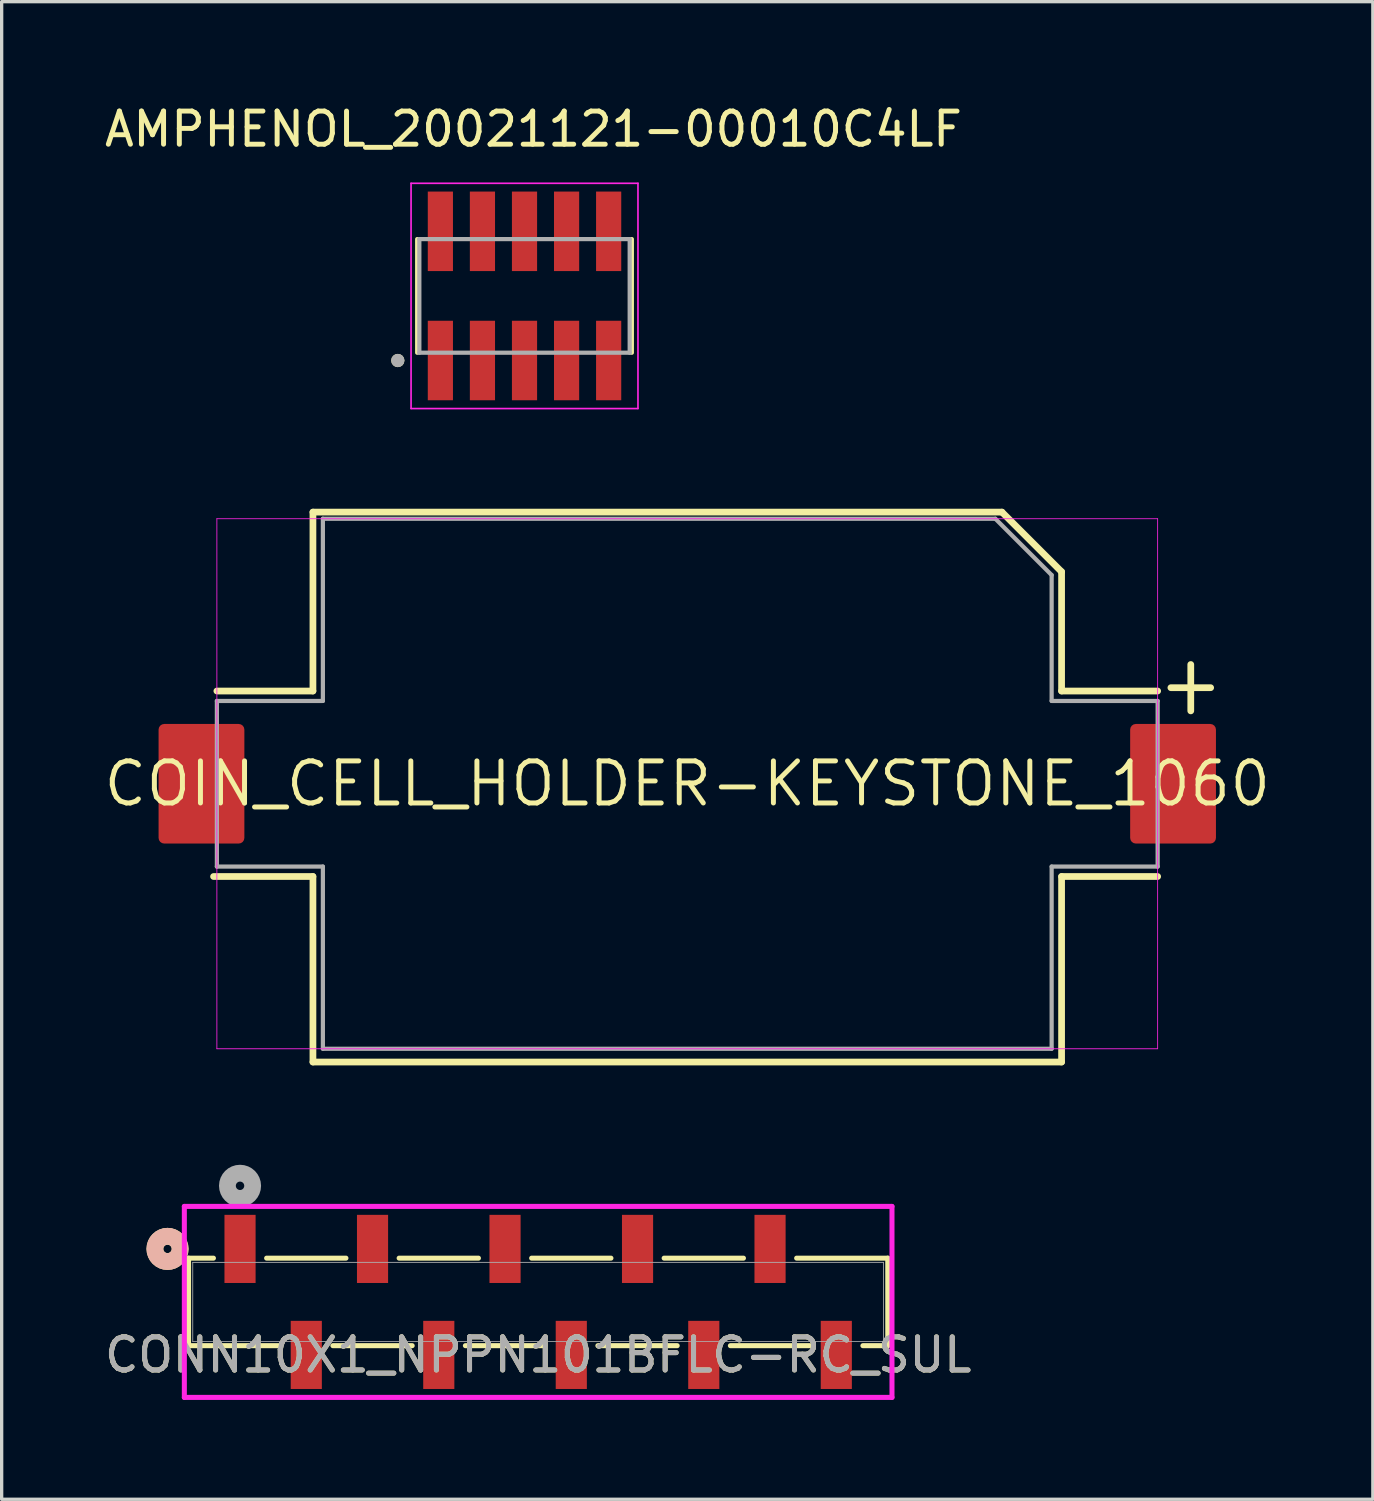
<source format=kicad_pcb>
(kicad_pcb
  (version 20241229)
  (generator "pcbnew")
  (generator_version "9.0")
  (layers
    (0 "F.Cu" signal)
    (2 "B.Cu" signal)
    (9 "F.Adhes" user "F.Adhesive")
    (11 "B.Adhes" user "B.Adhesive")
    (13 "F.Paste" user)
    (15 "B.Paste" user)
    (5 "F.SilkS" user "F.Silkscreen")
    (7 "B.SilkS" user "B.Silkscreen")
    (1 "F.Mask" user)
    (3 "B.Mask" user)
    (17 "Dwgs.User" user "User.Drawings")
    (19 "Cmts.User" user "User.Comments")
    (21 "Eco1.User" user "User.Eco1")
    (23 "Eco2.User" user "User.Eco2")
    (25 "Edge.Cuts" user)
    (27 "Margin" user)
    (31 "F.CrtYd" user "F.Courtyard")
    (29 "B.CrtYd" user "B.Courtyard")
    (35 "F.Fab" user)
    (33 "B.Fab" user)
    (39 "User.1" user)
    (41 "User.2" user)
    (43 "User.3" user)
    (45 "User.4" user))
  (footprint "COIN_CELL_HOLDER-KEYSTONE_1060"
    (layer "F.Cu")
    (at 17.697 20.61)
    (property "Reference" "COIN_CELL_HOLDER-KEYSTONE_1060" (at 0 0 0) (layer "F.SilkS") (effects (font (size 1.27 1.27) (thickness 0.15))))
    (fp_line (start -14.3 2.8) (end -11.3 2.8) (stroke (width 0.203) (type solid)) (layer "F.SilkS"))
    (fp_line (start -14.2 -2.8) (end -11.3 -2.8) (stroke (width 0.203) (type solid)) (layer "F.SilkS"))
    (fp_line (start -11.3 -8.2) (end 9.5 -8.2) (stroke (width 0.203) (type solid)) (layer "F.SilkS"))
    (fp_line (start -11.3 -2.8) (end -11.3 -8.2) (stroke (width 0.203) (type solid)) (layer "F.SilkS"))
    (fp_line (start -11.3 2.8) (end -11.3 8.4) (stroke (width 0.203) (type solid)) (layer "F.SilkS"))
    (fp_line (start -11.3 8.4) (end 11.3 8.4) (stroke (width 0.203) (type solid)) (layer "F.SilkS"))
    (fp_line (start 9.5 -8.2) (end 11.3 -6.4) (stroke (width 0.203) (type solid)) (layer "F.SilkS"))
    (fp_line (start 11.3 -6.4) (end 11.3 -2.8) (stroke (width 0.203) (type solid)) (layer "F.SilkS"))
    (fp_line (start 11.3 -2.8) (end 14.2 -2.8) (stroke (width 0.203) (type solid)) (layer "F.SilkS"))
    (fp_line (start 11.3 2.8) (end 14.2 2.8) (stroke (width 0.203) (type solid)) (layer "F.SilkS"))
    (fp_line (start 11.3 8.4) (end 11.3 2.8) (stroke (width 0.203) (type solid)) (layer "F.SilkS"))
    (fp_line (start 14.6 -2.9) (end 15.8 -2.9) (stroke (width 0.203) (type solid)) (layer "F.SilkS"))
    (fp_line (start 15.2 -3.6) (end 15.2 -2.2) (stroke (width 0.203) (type solid)) (layer "F.SilkS"))
    (fp_line (start -14.2 -8) (end -14.2 8) (stroke (width 0.025) (type solid)) (layer "F.CrtYd"))
    (fp_line (start -14.2 8) (end 14.2 8) (stroke (width 0.025) (type solid)) (layer "F.CrtYd"))
    (fp_line (start 14.2 -8) (end -14.2 -8) (stroke (width 0.025) (type solid)) (layer "F.CrtYd"))
    (fp_line (start 14.2 8) (end 14.2 -8) (stroke (width 0.025) (type solid)) (layer "F.CrtYd"))
    (fp_line (start -14.2 -2.5) (end -14.2 2.5) (stroke (width 0.127) (type solid)) (layer "F.Fab"))
    (fp_line (start -14.2 2.5) (end -11 2.5) (stroke (width 0.127) (type solid)) (layer "F.Fab"))
    (fp_line (start -11 -8) (end -11 -2.5) (stroke (width 0.127) (type solid)) (layer "F.Fab"))
    (fp_line (start -11 -2.5) (end -14.2 -2.5) (stroke (width 0.127) (type solid)) (layer "F.Fab"))
    (fp_line (start -11 2.5) (end -11 8) (stroke (width 0.127) (type solid)) (layer "F.Fab"))
    (fp_line (start -11 8) (end 11 8) (stroke (width 0.127) (type solid)) (layer "F.Fab"))
    (fp_line (start 9.3 -8) (end -11 -8) (stroke (width 0.127) (type solid)) (layer "F.Fab"))
    (fp_line (start 11 -6.3) (end 9.3 -8) (stroke (width 0.127) (type solid)) (layer "F.Fab"))
    (fp_line (start 11 -2.5) (end 11 -6.3) (stroke (width 0.127) (type solid)) (layer "F.Fab"))
    (fp_line (start 11 2.5) (end 14.2 2.5) (stroke (width 0.127) (type solid)) (layer "F.Fab"))
    (fp_line (start 11 8) (end 11 2.5) (stroke (width 0.127) (type solid)) (layer "F.Fab"))
    (fp_line (start 14.2 -2.5) (end 11 -2.5) (stroke (width 0.127) (type solid)) (layer "F.Fab"))
    (fp_line (start 14.2 2.5) (end 14.2 -2.5) (stroke (width 0.127) (type solid)) (layer "F.Fab"))
    (pad "1" smd roundrect (at 14.665 0 90) (size 3.61 2.59) (layers "F.Cu" "F.Mask" "F.Paste") (roundrect_rratio 0.066))
    (pad "2" smd roundrect (at -14.665 0 90) (size 3.61 2.59) (layers "F.Cu" "F.Mask" "F.Paste") (roundrect_rratio 0.066)))
  (footprint "AMPHENOL_20021121-00010C4LF"
    (layer "F.Cu")
    (at 12.784 5.883)
    (property "Reference" "AMPHENOL_20021121-00010C4LF" (at 0.27 -5.035 0) (layer "F.SilkS") (effects (font (size 1 1) (thickness 0.15))))
    (attr smd)
    (fp_line (start -3.24 1.715) (end -3.24 -1.715) (stroke (width 0.127) (type solid)) (layer "F.SilkS"))
    (fp_line (start 3.24 -1.715) (end 3.24 1.715) (stroke (width 0.127) (type solid)) (layer "F.SilkS"))
    (fp_circle (center -3.825 1.95) (end -3.725 1.95) (stroke (width 0.2) (type solid)) (fill no) (layer "F.SilkS"))
    (fp_line (start -3.425 -3.4) (end 3.425 -3.4) (stroke (width 0.05) (type solid)) (layer "F.CrtYd"))
    (fp_line (start -3.425 3.4) (end -3.425 -3.4) (stroke (width 0.05) (type solid)) (layer "F.CrtYd"))
    (fp_line (start 3.425 -3.4) (end 3.425 3.4) (stroke (width 0.05) (type solid)) (layer "F.CrtYd"))
    (fp_line (start 3.425 3.4) (end -3.425 3.4) (stroke (width 0.05) (type solid)) (layer "F.CrtYd"))
    (fp_line (start -3.175 -1.715) (end 3.175 -1.715) (stroke (width 0.127) (type solid)) (layer "F.Fab"))
    (fp_line (start -3.175 1.715) (end -3.175 -1.715) (stroke (width 0.127) (type solid)) (layer "F.Fab"))
    (fp_line (start -3.175 1.715) (end 3.175 1.715) (stroke (width 0.127) (type solid)) (layer "F.Fab"))
    (fp_line (start 3.175 -1.715) (end 3.175 1.715) (stroke (width 0.127) (type solid)) (layer "F.Fab"))
    (fp_circle (center -3.825 1.95) (end -3.725 1.95) (stroke (width 0.2) (type solid)) (fill no) (layer "F.Fab"))
    (pad "1" smd rect (at -2.54 1.95) (size 0.76 2.4) (layers "F.Cu" "F.Mask" "F.Paste"))
    (pad "2" smd rect (at -2.54 -1.95) (size 0.76 2.4) (layers "F.Cu" "F.Mask" "F.Paste"))
    (pad "3" smd rect (at -1.27 1.95) (size 0.76 2.4) (layers "F.Cu" "F.Mask" "F.Paste"))
    (pad "4" smd rect (at -1.27 -1.95) (size 0.76 2.4) (layers "F.Cu" "F.Mask" "F.Paste"))
    (pad "5" smd rect (at 0 1.95) (size 0.76 2.4) (layers "F.Cu" "F.Mask" "F.Paste"))
    (pad "6" smd rect (at 0 -1.95) (size 0.76 2.4) (layers "F.Cu" "F.Mask" "F.Paste"))
    (pad "7" smd rect (at 1.27 1.95) (size 0.76 2.4) (layers "F.Cu" "F.Mask" "F.Paste"))
    (pad "8" smd rect (at 1.27 -1.95) (size 0.76 2.4) (layers "F.Cu" "F.Mask" "F.Paste"))
    (pad "9" smd rect (at 2.54 1.95) (size 0.76 2.4) (layers "F.Cu" "F.Mask" "F.Paste"))
    (pad "10" smd rect (at 2.54 -1.95) (size 0.76 2.4) (layers "F.Cu" "F.Mask" "F.Paste")))
  (footprint "CONN10X1_NPPN101BFLC-RC_SUL"
    (layer "F.Cu")
    (at 13.196 36.252)
    (property "Reference" "CONN10X1_NPPN101BFLC-RC_SUL" (at 0 1.6 0) (unlocked yes) (layer "F.SilkS") (effects (font (size 1 1) (thickness 0.15))))
    (attr smd)
    (fp_line (start -10.554 -1.321) (end -10.554 1.321) (stroke (width 0.152) (type solid)) (layer "F.SilkS"))
    (fp_line (start -10.554 1.321) (end -7.803 1.321) (stroke (width 0.152) (type solid)) (layer "F.SilkS"))
    (fp_line (start -9.803 -1.321) (end -10.554 -1.321) (stroke (width 0.152) (type solid)) (layer "F.SilkS"))
    (fp_line (start -6.197 1.321) (end -3.803 1.321) (stroke (width 0.152) (type solid)) (layer "F.SilkS"))
    (fp_line (start -5.803 -1.321) (end -8.197 -1.321) (stroke (width 0.152) (type solid)) (layer "F.SilkS"))
    (fp_line (start -2.197 1.321) (end 0.197 1.321) (stroke (width 0.152) (type solid)) (layer "F.SilkS"))
    (fp_line (start -1.803 -1.321) (end -4.197 -1.321) (stroke (width 0.152) (type solid)) (layer "F.SilkS"))
    (fp_line (start 1.803 1.321) (end 4.197 1.321) (stroke (width 0.152) (type solid)) (layer "F.SilkS"))
    (fp_line (start 2.197 -1.321) (end -0.197 -1.321) (stroke (width 0.152) (type solid)) (layer "F.SilkS"))
    (fp_line (start 5.803 1.321) (end 8.197 1.321) (stroke (width 0.152) (type solid)) (layer "F.SilkS"))
    (fp_line (start 6.197 -1.321) (end 3.803 -1.321) (stroke (width 0.152) (type solid)) (layer "F.SilkS"))
    (fp_line (start 9.803 1.321) (end 10.554 1.321) (stroke (width 0.152) (type solid)) (layer "F.SilkS"))
    (fp_line (start 10.554 -1.321) (end 7.803 -1.321) (stroke (width 0.152) (type solid)) (layer "F.SilkS"))
    (fp_line (start 10.554 1.321) (end 10.554 -1.321) (stroke (width 0.152) (type solid)) (layer "F.SilkS"))
    (fp_circle (center -11.189 -1.6) (end -10.808 -1.6) (stroke (width 0.508) (type solid)) (fill no) (layer "F.SilkS"))
    (fp_circle (center -11.189 -1.6) (end -10.808 -1.6) (stroke (width 0.508) (type solid)) (fill no) (layer "B.SilkS"))
    (fp_line (start -10.681 -2.883) (end -10.681 2.883) (stroke (width 0.152) (type solid)) (layer "F.CrtYd"))
    (fp_line (start -10.681 2.883) (end 10.681 2.883) (stroke (width 0.152) (type solid)) (layer "F.CrtYd"))
    (fp_line (start 10.681 -2.883) (end -10.681 -2.883) (stroke (width 0.152) (type solid)) (layer "F.CrtYd"))
    (fp_line (start 10.681 2.883) (end 10.681 -2.883) (stroke (width 0.152) (type solid)) (layer "F.CrtYd"))
    (fp_line (start -10.427 -1.194) (end -10.427 1.194) (stroke (width 0.025) (type solid)) (layer "F.Fab"))
    (fp_line (start -10.427 1.194) (end 10.427 1.194) (stroke (width 0.025) (type solid)) (layer "F.Fab"))
    (fp_line (start 10.427 -1.194) (end -10.427 -1.194) (stroke (width 0.025) (type solid)) (layer "F.Fab"))
    (fp_line (start 10.427 1.194) (end 10.427 -1.194) (stroke (width 0.025) (type solid)) (layer "F.Fab"))
    (fp_circle (center -9 -3.505) (end -8.619 -3.505) (stroke (width 0.508) (type solid)) (fill no) (layer "F.Fab"))
    (fp_text user "${REFERENCE}" (at 0 1.6 0) (unlocked yes) (layer "F.Fab") (effects (font (size 1 1) (thickness 0.15))))
    (pad "1" smd rect (at -9 -1.6) (size 0.94 2.057) (layers "F.Cu" "F.Mask" "F.Paste"))
    (pad "2" smd rect (at -7 1.6) (size 0.94 2.057) (layers "F.Cu" "F.Mask" "F.Paste"))
    (pad "3" smd rect (at -5 -1.6) (size 0.94 2.057) (layers "F.Cu" "F.Mask" "F.Paste"))
    (pad "4" smd rect (at -3 1.6) (size 0.94 2.057) (layers "F.Cu" "F.Mask" "F.Paste"))
    (pad "5" smd rect (at -1 -1.6) (size 0.94 2.057) (layers "F.Cu" "F.Mask" "F.Paste"))
    (pad "6" smd rect (at 1 1.6) (size 0.94 2.057) (layers "F.Cu" "F.Mask" "F.Paste"))
    (pad "7" smd rect (at 3 -1.6) (size 0.94 2.057) (layers "F.Cu" "F.Mask" "F.Paste"))
    (pad "8" smd rect (at 5 1.6) (size 0.94 2.057) (layers "F.Cu" "F.Mask" "F.Paste"))
    (pad "9" smd rect (at 7 -1.6) (size 0.94 2.057) (layers "F.Cu" "F.Mask" "F.Paste"))
    (pad "10" smd rect (at 9 1.6) (size 0.94 2.057) (layers "F.Cu" "F.Mask" "F.Paste")))
  (gr_rect
    (start -3 -3)
    (end 38.393 42.21)
    (stroke (width 0.1) (type default))
    (fill no)
    (layer "Edge.Cuts")))
</source>
